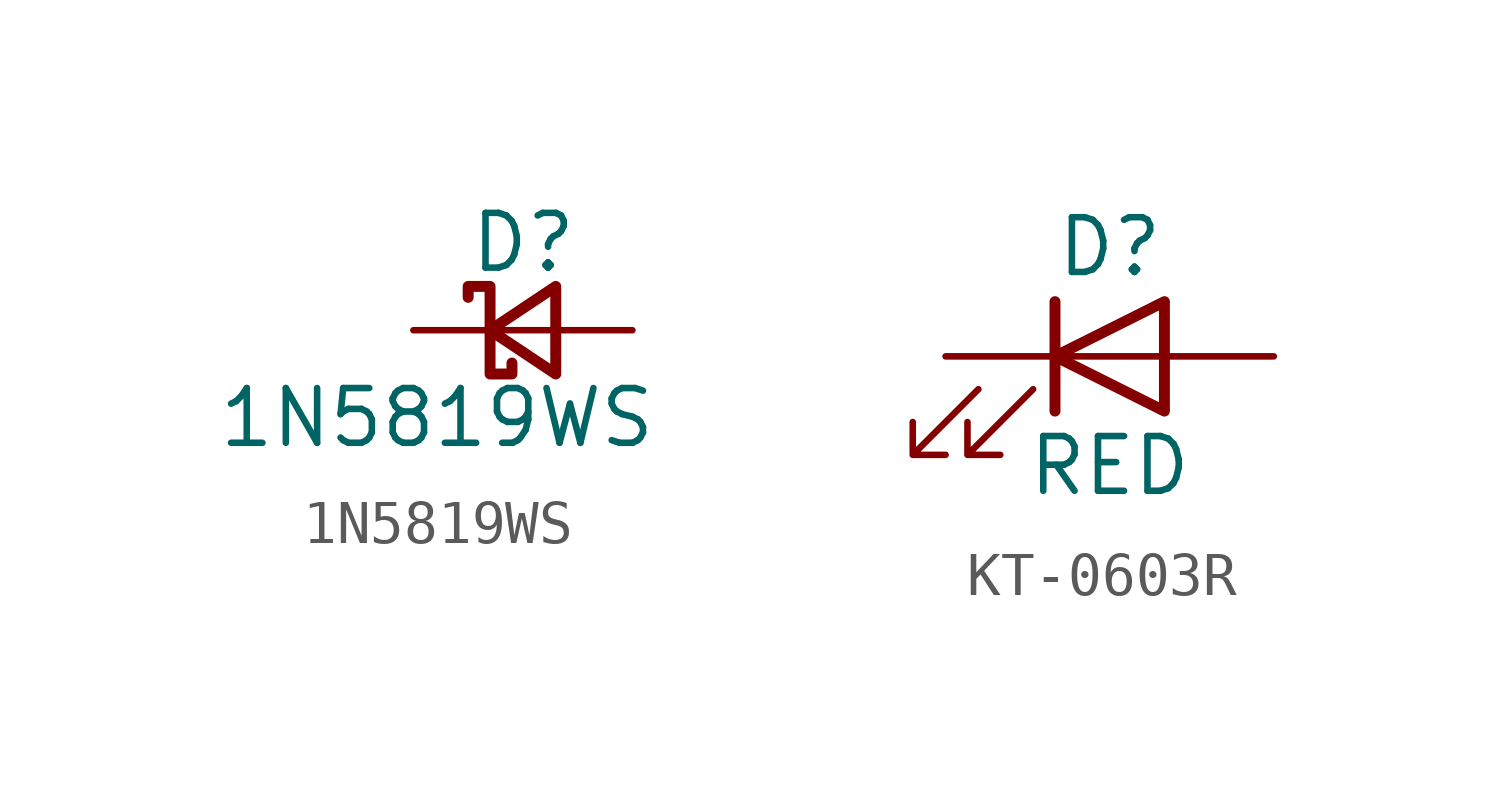
<source format=kicad_sym>
(kicad_symbol_lib
  (version 20241209)
  (generator "kicad_symbol_editor")
  (generator_version "9.0")
  (symbol "1N5819WS"
    (pin_numbers
      (hide yes))
    (pin_names
      (offset 0.254)
      (hide yes))
    (property "Reference" "D"
      (at -1.27 2.032 0)
      (effects (font (size 1.27 1.27)) (justify left)))
    (property "Value" "1N5819WS"
      (at -7.112 -2.032 0)
      (effects (font (size 1.27 1.27)) (justify left)))
    (symbol "1N5819WS_0_1"
      (polyline (pts (xy -1.27 0.762) (xy -1.27 1.016) (xy -0.762 1.016) (xy -0.762 -1.016) (xy -0.254 -1.016) (xy -0.254 -0.762)) (stroke (width 0.254) (type default)) (fill (type none)))
      (polyline (pts (xy -0.762 0) (xy 0.762 0)) (stroke (width 0) (type default)) (fill (type none)))
      (polyline (pts (xy 0.762 -1.016) (xy -0.762 0) (xy 0.762 1.016) (xy 0.762 -1.016)) (stroke (width 0.254) (type default)) (fill (type none))))
    (symbol "1N5819WS_1_1"
      (pin passive line (at -2.54 0 0) (length 1.778) (name "K" (effects (font (size 1.27 1.27)))) (number "1" (effects (font (size 1.27 1.27)))))
      (pin passive line (at 2.54 0 180) (length 1.778) (name "A" (effects (font (size 1.27 1.27)))) (number "2" (effects (font (size 1.27 1.27)))))))
  (symbol "KT-0603R"
    (pin_numbers
      (hide yes))
    (pin_names
      (offset 1.016)
      (hide yes))
    (property "Reference" "D"
      (at 0 2.54 0)
      (effects (font (size 1.27 1.27))))
    (property "Value" "RED"
      (at 0 -2.54 0)
      (effects (font (size 1.27 1.27))))
    (symbol "KT-0603R_0_1"
      (polyline (pts (xy -3.048 -0.762) (xy -4.572 -2.286) (xy -3.81 -2.286) (xy -4.572 -2.286) (xy -4.572 -1.524)) (stroke (width 0) (type default)) (fill (type none)))
      (polyline (pts (xy -1.778 -0.762) (xy -3.302 -2.286) (xy -2.54 -2.286) (xy -3.302 -2.286) (xy -3.302 -1.524)) (stroke (width 0) (type default)) (fill (type none)))
      (polyline (pts (xy -1.27 0) (xy 1.27 0)) (stroke (width 0) (type default)) (fill (type none)))
      (polyline (pts (xy -1.27 -1.27) (xy -1.27 1.27)) (stroke (width 0.254) (type default)) (fill (type none)))
      (polyline (pts (xy 1.27 -1.27) (xy 1.27 1.27) (xy -1.27 0) (xy 1.27 -1.27)) (stroke (width 0.254) (type default)) (fill (type none))))
    (symbol "KT-0603R_1_1"
      (pin passive line (at -3.81 0 0) (length 2.54) (name "K" (effects (font (size 1.27 1.27)))) (number "1" (effects (font (size 1.27 1.27)))))
      (pin passive line (at 3.81 0 180) (length 2.54) (name "A" (effects (font (size 1.27 1.27)))) (number "2" (effects (font (size 1.27 1.27))))))))
</source>
